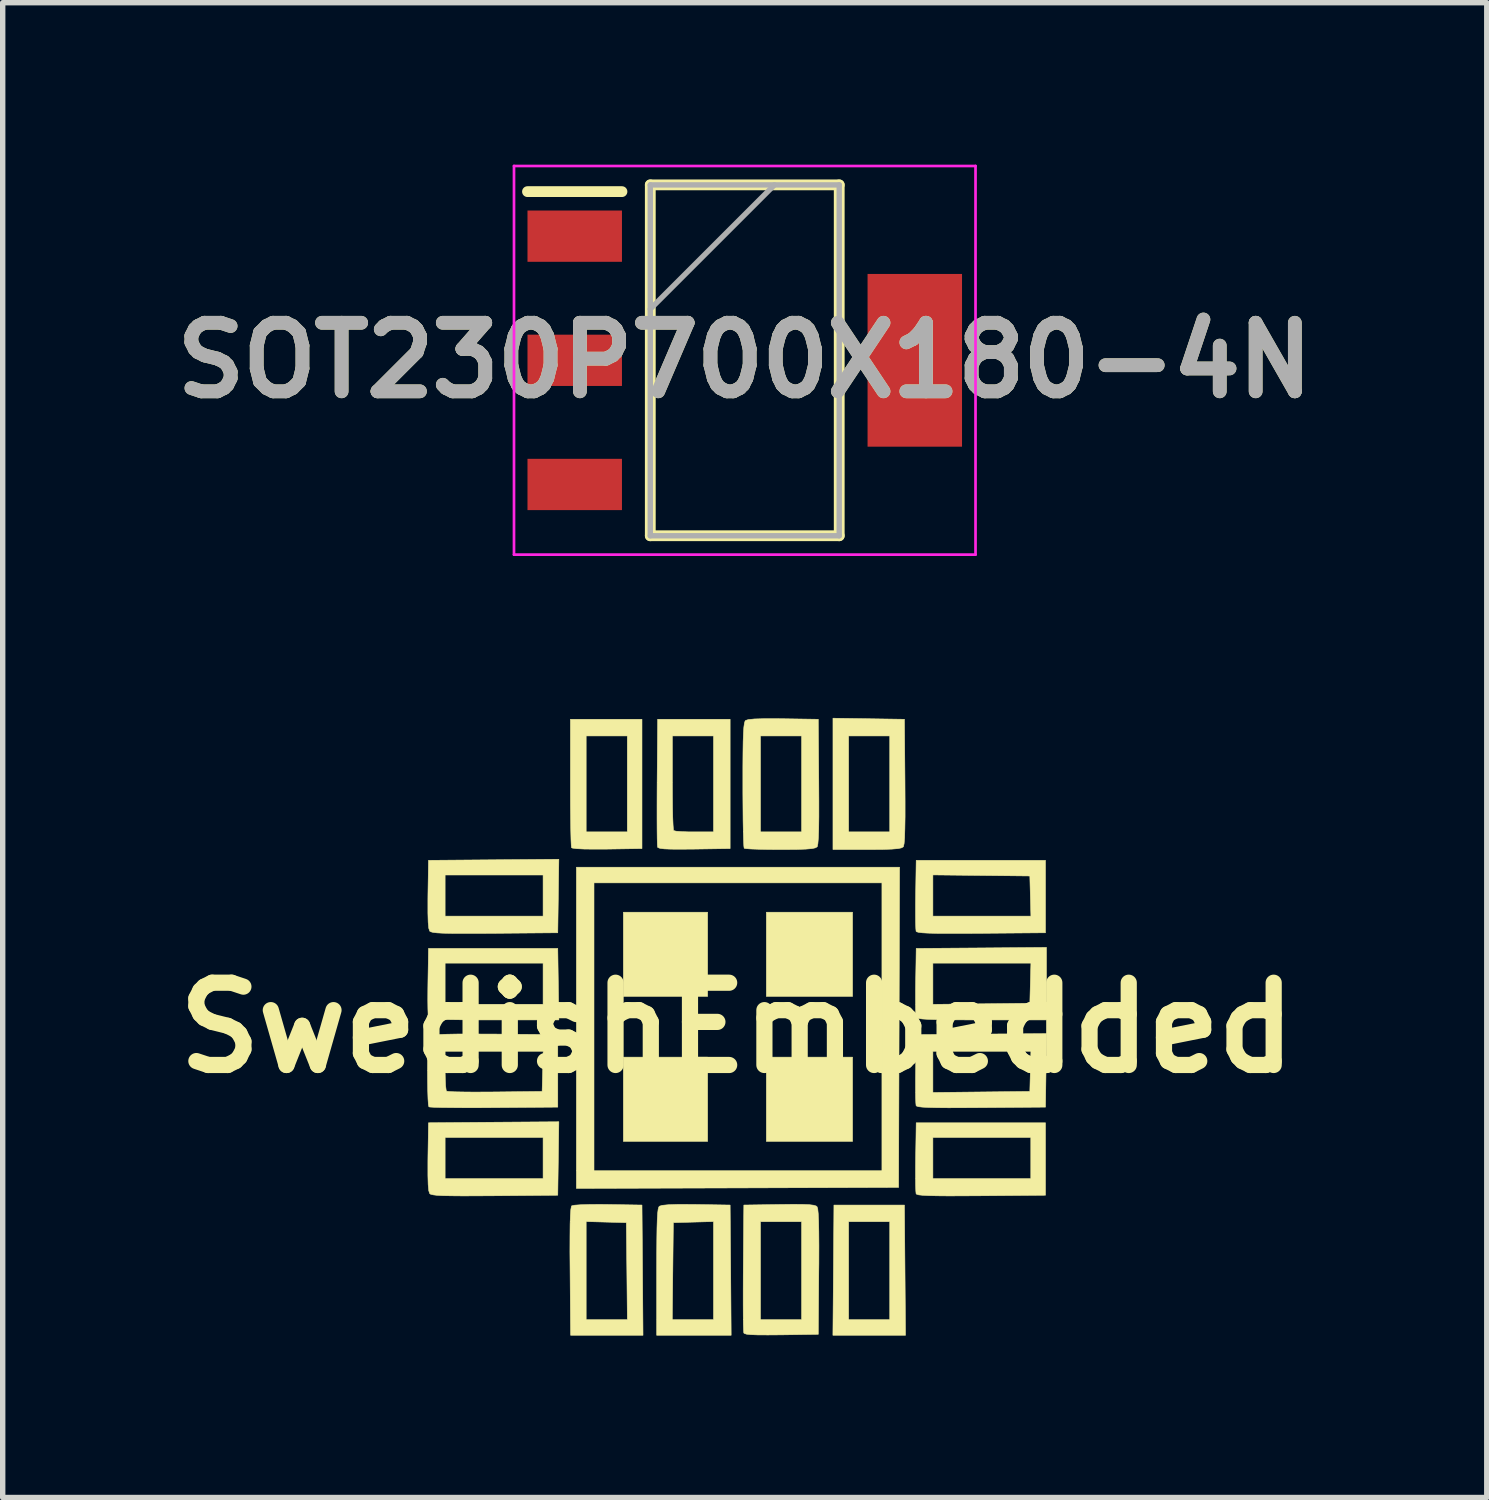
<source format=kicad_pcb>
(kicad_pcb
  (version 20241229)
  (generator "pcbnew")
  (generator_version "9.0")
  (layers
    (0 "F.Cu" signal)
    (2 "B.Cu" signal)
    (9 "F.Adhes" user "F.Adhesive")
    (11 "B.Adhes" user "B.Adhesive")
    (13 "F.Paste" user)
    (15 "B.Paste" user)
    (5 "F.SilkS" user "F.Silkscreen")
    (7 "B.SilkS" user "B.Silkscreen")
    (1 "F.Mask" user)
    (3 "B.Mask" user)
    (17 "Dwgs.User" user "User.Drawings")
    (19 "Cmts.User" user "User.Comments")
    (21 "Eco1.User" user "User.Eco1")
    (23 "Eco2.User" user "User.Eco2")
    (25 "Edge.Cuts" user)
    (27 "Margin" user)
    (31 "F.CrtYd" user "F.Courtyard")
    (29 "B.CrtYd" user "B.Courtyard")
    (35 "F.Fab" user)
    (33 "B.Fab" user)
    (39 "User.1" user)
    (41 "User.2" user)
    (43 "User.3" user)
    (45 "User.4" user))
  (footprint "SOT230P700X180-4N"
    (layer "F.Cu")
    (at 10.747 3.625)
    (property "Reference" "SOT230P700X180-4N" (at 0 0 0) (layer "F.SilkS") (effects (font (size 1.27 1.27) (thickness 0.254))))
    (attr smd)
    (fp_line (start -4.025 -3.125) (end -2.275 -3.125) (stroke (width 0.2) (type solid)) (layer "F.SilkS"))
    (fp_line (start -1.75 -3.25) (end 1.75 -3.25) (stroke (width 0.2) (type solid)) (layer "F.SilkS"))
    (fp_line (start -1.75 3.25) (end -1.75 -3.25) (stroke (width 0.2) (type solid)) (layer "F.SilkS"))
    (fp_line (start 1.75 -3.25) (end 1.75 3.25) (stroke (width 0.2) (type solid)) (layer "F.SilkS"))
    (fp_line (start 1.75 3.25) (end -1.75 3.25) (stroke (width 0.2) (type solid)) (layer "F.SilkS"))
    (fp_line (start -4.275 -3.6) (end 4.275 -3.6) (stroke (width 0.05) (type solid)) (layer "F.CrtYd"))
    (fp_line (start -4.275 3.6) (end -4.275 -3.6) (stroke (width 0.05) (type solid)) (layer "F.CrtYd"))
    (fp_line (start 4.275 -3.6) (end 4.275 3.6) (stroke (width 0.05) (type solid)) (layer "F.CrtYd"))
    (fp_line (start 4.275 3.6) (end -4.275 3.6) (stroke (width 0.05) (type solid)) (layer "F.CrtYd"))
    (fp_line (start -1.75 -3.25) (end 1.75 -3.25) (stroke (width 0.1) (type solid)) (layer "F.Fab"))
    (fp_line (start -1.75 -0.95) (end 0.55 -3.25) (stroke (width 0.1) (type solid)) (layer "F.Fab"))
    (fp_line (start -1.75 3.25) (end -1.75 -3.25) (stroke (width 0.1) (type solid)) (layer "F.Fab"))
    (fp_line (start 1.75 -3.25) (end 1.75 3.25) (stroke (width 0.1) (type solid)) (layer "F.Fab"))
    (fp_line (start 1.75 3.25) (end -1.75 3.25) (stroke (width 0.1) (type solid)) (layer "F.Fab"))
    (fp_text user "${REFERENCE}" (at 0 0 0) (layer "F.Fab") (effects (font (size 1.27 1.27) (thickness 0.254))))
    (pad "1" smd rect (at -3.15 -2.3 90) (size 0.95 1.75) (layers "F.Cu" "F.Mask" "F.Paste"))
    (pad "2" smd rect (at -3.15 0 90) (size 0.95 1.75) (layers "F.Cu" "F.Mask" "F.Paste"))
    (pad "3" smd rect (at -3.15 2.3 90) (size 0.95 1.75) (layers "F.Cu" "F.Mask" "F.Paste"))
    (pad "4" smd rect (at 3.15 0) (size 1.75 3.2) (layers "F.Cu" "F.Mask" "F.Paste")))
  (footprint "SwedishEmbedded"
    (layer "F.Cu")
    (at 10.603 15.99)
    (property "Reference" "SwedishEmbedded" (at 0 0 0) (layer "F.SilkS") (effects (font (size 1.524 1.524) (thickness 0.3))))
    (attr through_hole)
    (fp_poly (pts (xy -0.544 -0.581) (xy -2.105 -0.581) (xy -2.105 -2.141) (xy -0.544 -2.141) (xy -0.544 -0.581)) (stroke (width 0.01) (type solid)) (fill yes) (layer "F.SilkS"))
    (fp_poly (pts (xy -0.544 2.105) (xy -2.105 2.105) (xy -2.105 0.544) (xy -0.544 0.544) (xy -0.544 2.105)) (stroke (width 0.01) (type solid)) (fill yes) (layer "F.SilkS"))
    (fp_poly (pts (xy 2.141 -0.581) (xy 0.544 -0.581) (xy 0.544 -2.141) (xy 2.141 -2.141) (xy 2.141 -0.581)) (stroke (width 0.01) (type solid)) (fill yes) (layer "F.SilkS"))
    (fp_poly (pts (xy 2.141 2.105) (xy 0.544 2.105) (xy 0.544 0.544) (xy 2.141 0.544) (xy 2.141 2.105)) (stroke (width 0.01) (type solid)) (fill yes) (layer "F.SilkS"))
    (fp_poly (pts (xy 3.003 -0.009) (xy 2.994 2.957) (xy 0.009 2.967) (xy -2.975 2.976) (xy -2.975 -2.685) (xy -2.649 -2.685) (xy -2.649 2.649) (xy 2.685 2.649) (xy 2.685 -2.685) (xy -2.649 -2.685) (xy -2.975 -2.685) (xy -2.975 -2.975) (xy 3.012 -2.975) (xy 3.003 -0.009)) (stroke (width 0.01) (type solid)) (fill yes) (layer "F.SilkS"))
    (fp_poly (pts (xy 3.112 4.49) (xy 3.122 5.697) (xy 1.777 5.697) (xy 1.787 4.49) (xy 1.794 3.592) (xy 2.068 3.592) (xy 2.068 5.407) (xy 2.83 5.407) (xy 2.83 3.592) (xy 2.068 3.592) (xy 1.794 3.592) (xy 1.796 3.284) (xy 3.102 3.284) (xy 3.112 4.49)) (stroke (width 0.01) (type solid)) (fill yes) (layer "F.SilkS"))
    (fp_poly (pts (xy -1.76 -3.32) (xy -2.401 -3.31) (xy -2.638 -3.309) (xy -2.831 -3.311) (xy -2.97 -3.318) (xy -3.05 -3.329) (xy -3.065 -3.336) (xy -3.07 -3.379) (xy -3.075 -3.487) (xy -3.079 -3.649) (xy -3.082 -3.857) (xy -3.085 -4.102) (xy -3.086 -4.375) (xy -3.086 -4.543) (xy -3.086 -5.407) (xy -2.794 -5.407) (xy -2.794 -3.629) (xy -2.032 -3.629) (xy -2.032 -5.407) (xy -2.794 -5.407) (xy -3.086 -5.407) (xy -3.086 -5.715) (xy -1.76 -5.715) (xy -1.76 -3.32)) (stroke (width 0.01) (type solid)) (fill yes) (layer "F.SilkS"))
    (fp_poly (pts (xy -3.3 -0.145) (xy -4.5 -0.145) (xy -4.841 -0.146) (xy -5.115 -0.148) (xy -5.33 -0.151) (xy -5.491 -0.156) (xy -5.603 -0.163) (xy -5.675 -0.173) (xy -5.71 -0.184) (xy -5.717 -0.192) (xy -5.722 -0.242) (xy -5.726 -0.352) (xy -5.728 -0.508) (xy -5.727 -0.698) (xy -5.725 -0.854) (xy -5.719 -1.197) (xy -5.407 -1.197) (xy -5.407 -0.435) (xy -3.592 -0.435) (xy -3.592 -1.197) (xy -5.407 -1.197) (xy -5.719 -1.197) (xy -5.715 -1.47) (xy -3.32 -1.47) (xy -3.3 -0.145)) (stroke (width 0.01) (type solid)) (fill yes) (layer "F.SilkS"))
    (fp_poly (pts (xy 5.715 3.102) (xy 4.526 3.112) (xy 4.188 3.114) (xy 3.916 3.115) (xy 3.705 3.113) (xy 3.546 3.109) (xy 3.435 3.103) (xy 3.364 3.095) (xy 3.327 3.083) (xy 3.318 3.074) (xy 3.313 3.024) (xy 3.309 2.914) (xy 3.308 2.757) (xy 3.308 2.566) (xy 3.31 2.394) (xy 3.316 2.032) (xy 3.629 2.032) (xy 3.629 2.794) (xy 5.443 2.794) (xy 5.443 2.032) (xy 3.629 2.032) (xy 3.316 2.032) (xy 3.32 1.76) (xy 5.715 1.76) (xy 5.715 3.102)) (stroke (width 0.01) (type solid)) (fill yes) (layer "F.SilkS"))
    (fp_poly (pts (xy -3.32 -1.76) (xy -4.486 -1.75) (xy -4.817 -1.748) (xy -5.082 -1.748) (xy -5.289 -1.749) (xy -5.445 -1.752) (xy -5.556 -1.758) (xy -5.63 -1.767) (xy -5.674 -1.779) (xy -5.693 -1.791) (xy -5.71 -1.844) (xy -5.721 -1.954) (xy -5.726 -2.128) (xy -5.726 -2.369) (xy -5.725 -2.472) (xy -5.719 -2.83) (xy -5.407 -2.83) (xy -5.407 -2.068) (xy -3.592 -2.068) (xy -3.592 -2.83) (xy -5.407 -2.83) (xy -5.719 -2.83) (xy -5.715 -3.102) (xy -4.508 -3.112) (xy -3.3 -3.122) (xy -3.32 -1.76)) (stroke (width 0.01) (type solid)) (fill yes) (layer "F.SilkS"))
    (fp_poly (pts (xy 2.44 -5.725) (xy 3.102 -5.715) (xy 3.112 -4.558) (xy 3.114 -4.2) (xy 3.114 -3.91) (xy 3.11 -3.685) (xy 3.105 -3.521) (xy 3.096 -3.413) (xy 3.084 -3.358) (xy 3.08 -3.352) (xy 3.048 -3.333) (xy 2.982 -3.319) (xy 2.872 -3.31) (xy 2.711 -3.304) (xy 2.488 -3.302) (xy 2.409 -3.302) (xy 1.778 -3.302) (xy 1.778 -5.407) (xy 2.068 -5.407) (xy 2.068 -3.629) (xy 2.83 -3.629) (xy 2.83 -5.407) (xy 2.068 -5.407) (xy 1.778 -5.407) (xy 1.778 -5.735) (xy 2.44 -5.725)) (stroke (width 0.01) (type solid)) (fill yes) (layer "F.SilkS"))
    (fp_poly (pts (xy -3.31 2.422) (xy -3.32 3.102) (xy -4.486 3.112) (xy -4.817 3.114) (xy -5.082 3.115) (xy -5.289 3.113) (xy -5.445 3.11) (xy -5.556 3.104) (xy -5.63 3.095) (xy -5.674 3.084) (xy -5.693 3.071) (xy -5.71 3.019) (xy -5.721 2.908) (xy -5.726 2.734) (xy -5.726 2.494) (xy -5.725 2.39) (xy -5.719 2.032) (xy -5.407 2.032) (xy -5.407 2.794) (xy -3.592 2.794) (xy -3.592 2.032) (xy -5.407 2.032) (xy -5.719 2.032) (xy -5.715 1.76) (xy -4.508 1.75) (xy -3.3 1.741) (xy -3.31 2.422)) (stroke (width 0.01) (type solid)) (fill yes) (layer "F.SilkS"))
    (fp_poly (pts (xy -2.39 3.274) (xy -1.76 3.284) (xy -1.75 4.49) (xy -1.741 5.697) (xy -3.082 5.697) (xy -3.085 5.407) (xy -2.794 5.407) (xy -2.031 5.407) (xy -2.04 4.508) (xy -2.05 3.61) (xy -2.422 3.6) (xy -2.794 3.59) (xy -2.794 5.407) (xy -3.085 5.407) (xy -3.092 4.514) (xy -3.095 4.156) (xy -3.094 3.865) (xy -3.092 3.639) (xy -3.086 3.474) (xy -3.078 3.365) (xy -3.067 3.308) (xy -3.061 3.298) (xy -3.012 3.287) (xy -2.903 3.279) (xy -2.744 3.274) (xy -2.548 3.272) (xy -2.39 3.274)) (stroke (width 0.01) (type solid)) (fill yes) (layer "F.SilkS"))
    (fp_poly (pts (xy 5.715 -1.76) (xy 4.526 -1.75) (xy 4.188 -1.748) (xy 3.916 -1.748) (xy 3.705 -1.749) (xy 3.546 -1.753) (xy 3.435 -1.759) (xy 3.364 -1.768) (xy 3.327 -1.779) (xy 3.318 -1.788) (xy 3.313 -1.838) (xy 3.309 -1.948) (xy 3.308 -2.068) (xy 3.629 -2.068) (xy 5.445 -2.068) (xy 5.435 -2.44) (xy 5.425 -2.812) (xy 4.527 -2.822) (xy 3.629 -2.832) (xy 3.629 -2.068) (xy 3.308 -2.068) (xy 3.308 -2.105) (xy 3.308 -2.296) (xy 3.31 -2.469) (xy 3.32 -3.102) (xy 5.715 -3.102) (xy 5.715 -1.76)) (stroke (width 0.01) (type solid)) (fill yes) (layer "F.SilkS"))
    (fp_poly (pts (xy -0.843 3.273) (xy -0.757 3.274) (xy -0.127 3.284) (xy -0.117 4.49) (xy -0.108 5.697) (xy -1.488 5.697) (xy -1.488 5.407) (xy -1.199 5.407) (xy -0.435 5.407) (xy -0.435 3.59) (xy -0.807 3.6) (xy -1.179 3.61) (xy -1.189 4.508) (xy -1.199 5.407) (xy -1.488 5.407) (xy -1.488 4.522) (xy -1.487 4.188) (xy -1.485 3.919) (xy -1.482 3.709) (xy -1.477 3.552) (xy -1.47 3.439) (xy -1.461 3.365) (xy -1.449 3.322) (xy -1.438 3.306) (xy -1.384 3.289) (xy -1.269 3.278) (xy -1.09 3.272) (xy -0.843 3.273)) (stroke (width 0.01) (type solid)) (fill yes) (layer "F.SilkS"))
    (fp_poly (pts (xy 5.733 -0.145) (xy 4.535 -0.145) (xy 4.194 -0.146) (xy 3.919 -0.148) (xy 3.705 -0.151) (xy 3.544 -0.156) (xy 3.432 -0.163) (xy 3.36 -0.173) (xy 3.325 -0.185) (xy 3.318 -0.192) (xy 3.313 -0.242) (xy 3.309 -0.352) (xy 3.308 -0.508) (xy 3.308 -0.698) (xy 3.31 -0.854) (xy 3.316 -1.197) (xy 3.629 -1.197) (xy 3.629 -0.434) (xy 4.527 -0.444) (xy 5.425 -0.454) (xy 5.435 -0.826) (xy 5.445 -1.197) (xy 3.629 -1.197) (xy 3.316 -1.197) (xy 3.32 -1.47) (xy 4.527 -1.479) (xy 5.733 -1.489) (xy 5.733 -0.145)) (stroke (width 0.01) (type solid)) (fill yes) (layer "F.SilkS"))
    (fp_poly (pts (xy 5.725 0.789) (xy 5.715 1.47) (xy 4.526 1.479) (xy 4.188 1.481) (xy 3.916 1.482) (xy 3.705 1.48) (xy 3.546 1.476) (xy 3.435 1.47) (xy 3.364 1.462) (xy 3.327 1.45) (xy 3.318 1.442) (xy 3.313 1.391) (xy 3.309 1.281) (xy 3.308 1.124) (xy 3.308 0.933) (xy 3.31 0.761) (xy 3.315 0.435) (xy 3.629 0.435) (xy 3.629 1.199) (xy 4.527 1.189) (xy 5.425 1.179) (xy 5.435 0.807) (xy 5.445 0.435) (xy 3.629 0.435) (xy 3.315 0.435) (xy 3.32 0.127) (xy 4.527 0.117) (xy 5.735 0.108) (xy 5.725 0.789)) (stroke (width 0.01) (type solid)) (fill yes) (layer "F.SilkS"))
    (fp_poly (pts (xy -0.127 -3.32) (xy -0.79 -3.31) (xy -1.038 -3.308) (xy -1.221 -3.309) (xy -1.347 -3.314) (xy -1.426 -3.324) (xy -1.465 -3.339) (xy -1.471 -3.347) (xy -1.475 -3.393) (xy -1.478 -3.503) (xy -1.48 -3.668) (xy -1.481 -3.878) (xy -1.481 -4.124) (xy -1.48 -4.398) (xy -1.479 -4.554) (xy -1.472 -5.407) (xy -1.197 -5.407) (xy -1.197 -4.542) (xy -1.196 -4.298) (xy -1.194 -4.079) (xy -1.19 -3.895) (xy -1.184 -3.756) (xy -1.178 -3.672) (xy -1.173 -3.653) (xy -1.129 -3.642) (xy -1.029 -3.634) (xy -0.89 -3.629) (xy -0.792 -3.629) (xy -0.435 -3.629) (xy -0.435 -5.407) (xy -1.197 -5.407) (xy -1.472 -5.407) (xy -1.47 -5.715) (xy -0.127 -5.715) (xy -0.127 -3.32)) (stroke (width 0.01) (type solid)) (fill yes) (layer "F.SilkS"))
    (fp_poly (pts (xy 1.209 3.272) (xy 1.337 3.277) (xy 1.419 3.287) (xy 1.467 3.302) (xy 1.483 3.315) (xy 1.496 3.354) (xy 1.505 3.442) (xy 1.512 3.583) (xy 1.516 3.781) (xy 1.518 4.041) (xy 1.517 4.367) (xy 1.515 4.522) (xy 1.506 5.679) (xy 0.825 5.689) (xy 0.574 5.691) (xy 0.387 5.69) (xy 0.257 5.685) (xy 0.175 5.676) (xy 0.134 5.662) (xy 0.126 5.652) (xy 0.122 5.605) (xy 0.118 5.495) (xy 0.116 5.331) (xy 0.115 5.121) (xy 0.115 4.875) (xy 0.116 4.601) (xy 0.117 4.445) (xy 0.124 3.592) (xy 0.435 3.592) (xy 0.435 5.407) (xy 1.197 5.407) (xy 1.197 3.592) (xy 0.435 3.592) (xy 0.124 3.592) (xy 0.127 3.284) (xy 0.784 3.274) (xy 1.028 3.271) (xy 1.209 3.272)) (stroke (width 0.01) (type solid)) (fill yes) (layer "F.SilkS"))
    (fp_poly (pts (xy -4.582 0.117) (xy -4.477 0.117) (xy -3.32 0.127) (xy -3.32 1.47) (xy -4.502 1.479) (xy -4.788 1.481) (xy -5.05 1.481) (xy -5.281 1.479) (xy -5.47 1.477) (xy -5.61 1.473) (xy -5.691 1.468) (xy -5.708 1.464) (xy -5.717 1.421) (xy -5.724 1.318) (xy -5.729 1.168) (xy -5.732 0.981) (xy -5.733 0.815) (xy -5.732 0.574) (xy -5.728 0.435) (xy -5.407 0.435) (xy -5.407 0.792) (xy -5.404 0.947) (xy -5.398 1.073) (xy -5.388 1.154) (xy -5.382 1.174) (xy -5.34 1.18) (xy -5.236 1.186) (xy -5.08 1.189) (xy -4.882 1.191) (xy -4.653 1.19) (xy -4.484 1.189) (xy -3.61 1.179) (xy -3.6 0.807) (xy -3.59 0.435) (xy -5.407 0.435) (xy -5.728 0.435) (xy -5.727 0.396) (xy -5.719 0.273) (xy -5.707 0.195) (xy -5.689 0.155) (xy -5.683 0.149) (xy -5.642 0.137) (xy -5.549 0.127) (xy -5.4 0.12) (xy -5.192 0.116) (xy -4.921 0.115) (xy -4.582 0.117)) (stroke (width 0.01) (type solid)) (fill yes) (layer "F.SilkS"))
    (fp_poly (pts (xy 0.747 -5.726) (xy 0.857 -5.725) (xy 1.506 -5.715) (xy 1.515 -4.558) (xy 1.517 -4.2) (xy 1.517 -3.91) (xy 1.514 -3.685) (xy 1.508 -3.521) (xy 1.499 -3.413) (xy 1.488 -3.358) (xy 1.484 -3.352) (xy 1.452 -3.333) (xy 1.386 -3.319) (xy 1.278 -3.31) (xy 1.117 -3.304) (xy 0.897 -3.302) (xy 0.8 -3.302) (xy 0.591 -3.303) (xy 0.408 -3.307) (xy 0.262 -3.312) (xy 0.166 -3.319) (xy 0.133 -3.326) (xy 0.127 -3.367) (xy 0.122 -3.472) (xy 0.117 -3.631) (xy 0.113 -3.837) (xy 0.111 -4.079) (xy 0.109 -4.35) (xy 0.109 -4.501) (xy 0.109 -4.832) (xy 0.111 -5.097) (xy 0.114 -5.303) (xy 0.118 -5.407) (xy 0.435 -5.407) (xy 0.435 -3.629) (xy 1.197 -3.629) (xy 1.197 -5.407) (xy 0.435 -5.407) (xy 0.118 -5.407) (xy 0.12 -5.458) (xy 0.127 -5.567) (xy 0.137 -5.639) (xy 0.149 -5.68) (xy 0.159 -5.693) (xy 0.212 -5.71) (xy 0.325 -5.721) (xy 0.502 -5.726) (xy 0.747 -5.726)) (stroke (width 0.01) (type solid)) (fill yes) (layer "F.SilkS")))
  (gr_rect
    (start -3 -3)
    (end 24.493 24.692)
    (stroke (width 0.1) (type default))
    (fill no)
    (layer "Edge.Cuts")))
</source>
